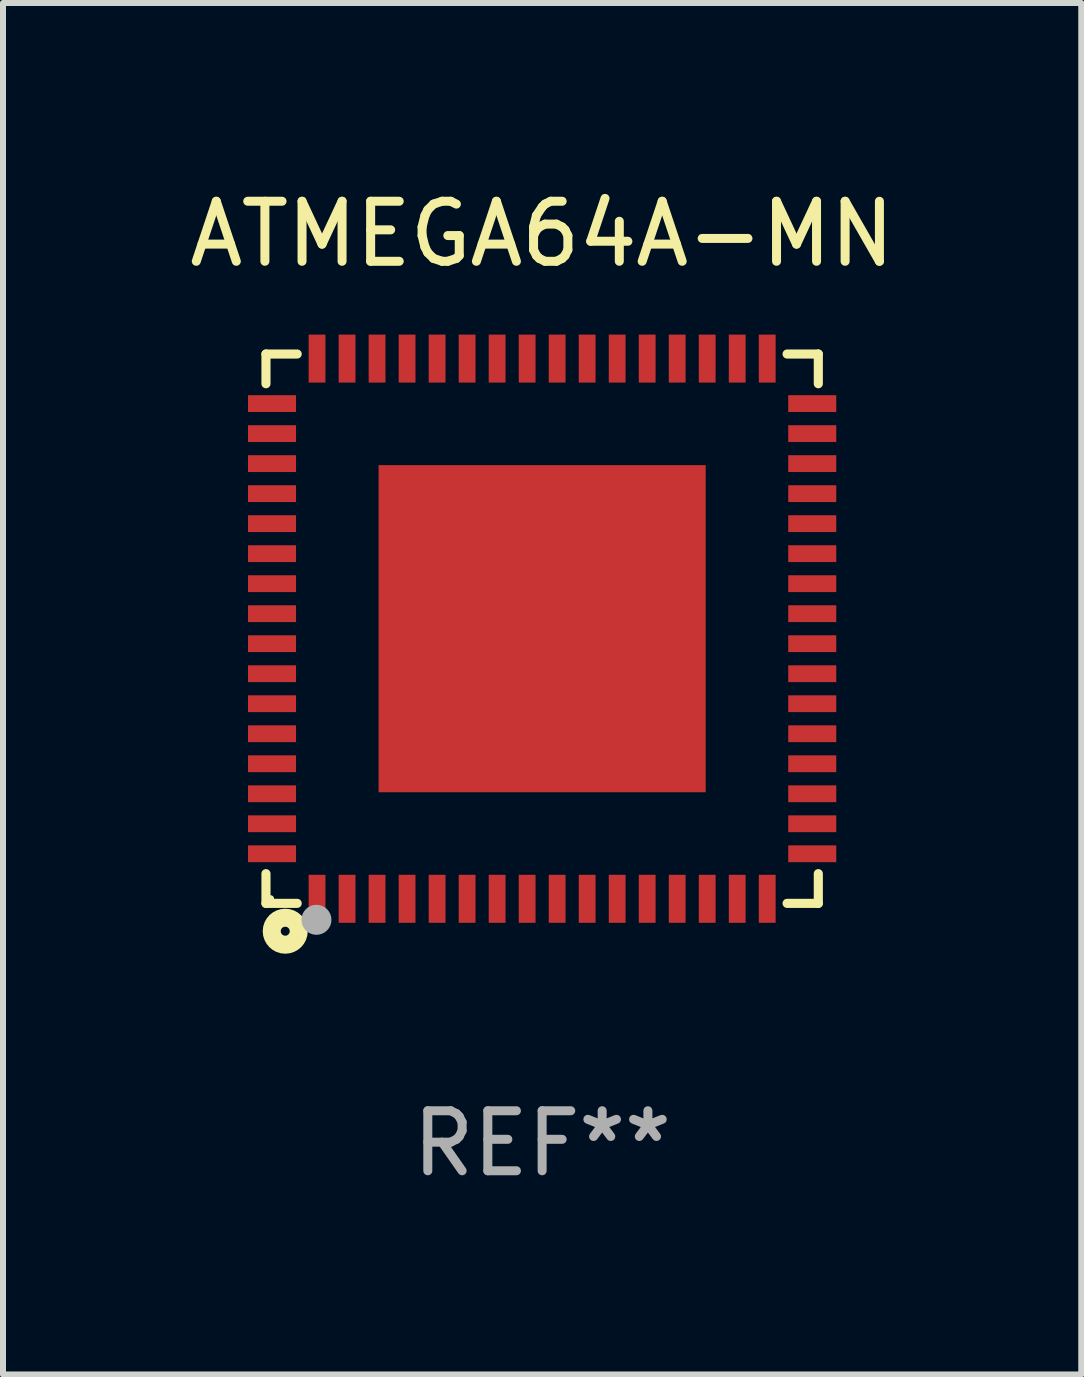
<source format=kicad_pcb>
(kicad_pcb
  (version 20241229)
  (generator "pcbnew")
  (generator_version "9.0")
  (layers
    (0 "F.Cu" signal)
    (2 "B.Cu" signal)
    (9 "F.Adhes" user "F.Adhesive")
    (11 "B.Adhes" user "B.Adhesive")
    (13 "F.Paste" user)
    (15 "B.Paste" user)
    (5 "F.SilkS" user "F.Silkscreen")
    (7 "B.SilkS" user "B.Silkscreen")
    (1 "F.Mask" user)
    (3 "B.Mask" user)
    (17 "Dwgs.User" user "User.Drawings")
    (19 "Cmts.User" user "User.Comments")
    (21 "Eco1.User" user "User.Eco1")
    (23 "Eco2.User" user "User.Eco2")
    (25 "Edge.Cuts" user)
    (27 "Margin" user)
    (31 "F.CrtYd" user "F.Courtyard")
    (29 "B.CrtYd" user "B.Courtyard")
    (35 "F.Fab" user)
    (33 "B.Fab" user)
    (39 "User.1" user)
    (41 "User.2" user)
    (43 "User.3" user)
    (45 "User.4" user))
  (footprint "ATMEGA64A-MN"
    (layer "F.Cu")
    (at 5.982 7.424)
    (property "Reference" "ATMEGA64A-MN" (at 0 -6.576 0) (layer "F.SilkS") (effects (font (size 1 1) (thickness 0.15))))
    (attr through_hole)
    (fp_line (start -4.601 -4.576) (end -4.081 -4.576) (stroke (width 0.152) (type solid)) (layer "F.SilkS"))
    (fp_line (start -4.601 -4.081) (end -4.601 -4.576) (stroke (width 0.152) (type solid)) (layer "F.SilkS"))
    (fp_line (start -4.601 4.081) (end -4.601 4.576) (stroke (width 0.152) (type solid)) (layer "F.SilkS"))
    (fp_line (start -4.601 4.576) (end -4.081 4.576) (stroke (width 0.152) (type solid)) (layer "F.SilkS"))
    (fp_line (start 4.601 -4.576) (end 4.081 -4.576) (stroke (width 0.152) (type solid)) (layer "F.SilkS"))
    (fp_line (start 4.601 -4.081) (end 4.601 -4.576) (stroke (width 0.152) (type solid)) (layer "F.SilkS"))
    (fp_line (start 4.601 4.081) (end 4.601 4.576) (stroke (width 0.152) (type solid)) (layer "F.SilkS"))
    (fp_line (start 4.601 4.576) (end 4.081 4.576) (stroke (width 0.152) (type solid)) (layer "F.SilkS"))
    (fp_circle (center -4.525 4.5) (end -4.495 4.5) (stroke (width 0.06) (type solid)) (fill no) (layer "F.SilkS"))
    (fp_circle (center -4.28 5.04) (end -4.205 5.04) (stroke (width 0.3) (type solid)) (fill no) (layer "F.SilkS"))
    (fp_circle (center -3.76 4.85) (end -3.635 4.85) (stroke (width 0.25) (type solid)) (fill no) (layer "F.Fab"))
    (fp_text user "REF**" (at 0 8.576 0) (layer "F.Fab") (effects (font (size 1 1) (thickness 0.15))))
    (pad "1" smd rect (at -3.75 4.5) (size 0.28 0.8) (layers "F.Cu" "F.Mask" "F.Paste"))
    (pad "2" smd rect (at -3.25 4.5) (size 0.28 0.8) (layers "F.Cu" "F.Mask" "F.Paste"))
    (pad "3" smd rect (at -2.75 4.5) (size 0.28 0.8) (layers "F.Cu" "F.Mask" "F.Paste"))
    (pad "4" smd rect (at -2.25 4.5) (size 0.28 0.8) (layers "F.Cu" "F.Mask" "F.Paste"))
    (pad "5" smd rect (at -1.75 4.5) (size 0.28 0.8) (layers "F.Cu" "F.Mask" "F.Paste"))
    (pad "6" smd rect (at -1.25 4.5) (size 0.28 0.8) (layers "F.Cu" "F.Mask" "F.Paste"))
    (pad "7" smd rect (at -0.75 4.5) (size 0.28 0.8) (layers "F.Cu" "F.Mask" "F.Paste"))
    (pad "8" smd rect (at -0.25 4.5) (size 0.28 0.8) (layers "F.Cu" "F.Mask" "F.Paste"))
    (pad "9" smd rect (at 0.25 4.5) (size 0.28 0.8) (layers "F.Cu" "F.Mask" "F.Paste"))
    (pad "10" smd rect (at 0.75 4.5) (size 0.28 0.8) (layers "F.Cu" "F.Mask" "F.Paste"))
    (pad "11" smd rect (at 1.25 4.5) (size 0.28 0.8) (layers "F.Cu" "F.Mask" "F.Paste"))
    (pad "12" smd rect (at 1.75 4.5) (size 0.28 0.8) (layers "F.Cu" "F.Mask" "F.Paste"))
    (pad "13" smd rect (at 2.25 4.5) (size 0.28 0.8) (layers "F.Cu" "F.Mask" "F.Paste"))
    (pad "14" smd rect (at 2.75 4.5) (size 0.28 0.8) (layers "F.Cu" "F.Mask" "F.Paste"))
    (pad "15" smd rect (at 3.25 4.5) (size 0.28 0.8) (layers "F.Cu" "F.Mask" "F.Paste"))
    (pad "16" smd rect (at 3.75 4.5) (size 0.28 0.8) (layers "F.Cu" "F.Mask" "F.Paste"))
    (pad "17" smd rect (at 4.5 3.75) (size 0.8 0.28) (layers "F.Cu" "F.Mask" "F.Paste"))
    (pad "18" smd rect (at 4.5 3.25) (size 0.8 0.28) (layers "F.Cu" "F.Mask" "F.Paste"))
    (pad "19" smd rect (at 4.5 2.75) (size 0.8 0.28) (layers "F.Cu" "F.Mask" "F.Paste"))
    (pad "20" smd rect (at 4.5 2.25) (size 0.8 0.28) (layers "F.Cu" "F.Mask" "F.Paste"))
    (pad "21" smd rect (at 4.5 1.75) (size 0.8 0.28) (layers "F.Cu" "F.Mask" "F.Paste"))
    (pad "22" smd rect (at 4.5 1.25) (size 0.8 0.28) (layers "F.Cu" "F.Mask" "F.Paste"))
    (pad "23" smd rect (at 4.5 0.75) (size 0.8 0.28) (layers "F.Cu" "F.Mask" "F.Paste"))
    (pad "24" smd rect (at 4.5 0.25) (size 0.8 0.28) (layers "F.Cu" "F.Mask" "F.Paste"))
    (pad "25" smd rect (at 4.5 -0.25) (size 0.8 0.28) (layers "F.Cu" "F.Mask" "F.Paste"))
    (pad "26" smd rect (at 4.5 -0.75) (size 0.8 0.28) (layers "F.Cu" "F.Mask" "F.Paste"))
    (pad "27" smd rect (at 4.5 -1.25) (size 0.8 0.28) (layers "F.Cu" "F.Mask" "F.Paste"))
    (pad "28" smd rect (at 4.5 -1.75) (size 0.8 0.28) (layers "F.Cu" "F.Mask" "F.Paste"))
    (pad "29" smd rect (at 4.5 -2.25) (size 0.8 0.28) (layers "F.Cu" "F.Mask" "F.Paste"))
    (pad "30" smd rect (at 4.5 -2.75) (size 0.8 0.28) (layers "F.Cu" "F.Mask" "F.Paste"))
    (pad "31" smd rect (at 4.5 -3.25) (size 0.8 0.28) (layers "F.Cu" "F.Mask" "F.Paste"))
    (pad "32" smd rect (at 4.5 -3.75) (size 0.8 0.28) (layers "F.Cu" "F.Mask" "F.Paste"))
    (pad "33" smd rect (at 3.75 -4.5) (size 0.28 0.8) (layers "F.Cu" "F.Mask" "F.Paste"))
    (pad "34" smd rect (at 3.25 -4.5) (size 0.28 0.8) (layers "F.Cu" "F.Mask" "F.Paste"))
    (pad "35" smd rect (at 2.75 -4.5) (size 0.28 0.8) (layers "F.Cu" "F.Mask" "F.Paste"))
    (pad "36" smd rect (at 2.25 -4.5) (size 0.28 0.8) (layers "F.Cu" "F.Mask" "F.Paste"))
    (pad "37" smd rect (at 1.75 -4.5) (size 0.28 0.8) (layers "F.Cu" "F.Mask" "F.Paste"))
    (pad "38" smd rect (at 1.25 -4.5) (size 0.28 0.8) (layers "F.Cu" "F.Mask" "F.Paste"))
    (pad "39" smd rect (at 0.75 -4.5) (size 0.28 0.8) (layers "F.Cu" "F.Mask" "F.Paste"))
    (pad "40" smd rect (at 0.25 -4.5) (size 0.28 0.8) (layers "F.Cu" "F.Mask" "F.Paste"))
    (pad "41" smd rect (at -0.25 -4.5) (size 0.28 0.8) (layers "F.Cu" "F.Mask" "F.Paste"))
    (pad "42" smd rect (at -0.75 -4.5) (size 0.28 0.8) (layers "F.Cu" "F.Mask" "F.Paste"))
    (pad "43" smd rect (at -1.25 -4.5) (size 0.28 0.8) (layers "F.Cu" "F.Mask" "F.Paste"))
    (pad "44" smd rect (at -1.75 -4.5) (size 0.28 0.8) (layers "F.Cu" "F.Mask" "F.Paste"))
    (pad "45" smd rect (at -2.25 -4.5) (size 0.28 0.8) (layers "F.Cu" "F.Mask" "F.Paste"))
    (pad "46" smd rect (at -2.75 -4.5) (size 0.28 0.8) (layers "F.Cu" "F.Mask" "F.Paste"))
    (pad "47" smd rect (at -3.25 -4.5) (size 0.28 0.8) (layers "F.Cu" "F.Mask" "F.Paste"))
    (pad "48" smd rect (at -3.75 -4.5) (size 0.28 0.8) (layers "F.Cu" "F.Mask" "F.Paste"))
    (pad "49" smd rect (at -4.5 -3.75) (size 0.8 0.28) (layers "F.Cu" "F.Mask" "F.Paste"))
    (pad "50" smd rect (at -4.5 -3.25) (size 0.8 0.28) (layers "F.Cu" "F.Mask" "F.Paste"))
    (pad "51" smd rect (at -4.5 -2.75) (size 0.8 0.28) (layers "F.Cu" "F.Mask" "F.Paste"))
    (pad "52" smd rect (at -4.5 -2.25) (size 0.8 0.28) (layers "F.Cu" "F.Mask" "F.Paste"))
    (pad "53" smd rect (at -4.5 -1.75) (size 0.8 0.28) (layers "F.Cu" "F.Mask" "F.Paste"))
    (pad "54" smd rect (at -4.5 -1.25) (size 0.8 0.28) (layers "F.Cu" "F.Mask" "F.Paste"))
    (pad "55" smd rect (at -4.5 -0.75) (size 0.8 0.28) (layers "F.Cu" "F.Mask" "F.Paste"))
    (pad "56" smd rect (at -4.5 -0.25) (size 0.8 0.28) (layers "F.Cu" "F.Mask" "F.Paste"))
    (pad "57" smd rect (at -4.5 0.25) (size 0.8 0.28) (layers "F.Cu" "F.Mask" "F.Paste"))
    (pad "58" smd rect (at -4.5 0.75) (size 0.8 0.28) (layers "F.Cu" "F.Mask" "F.Paste"))
    (pad "59" smd rect (at -4.5 1.25) (size 0.8 0.28) (layers "F.Cu" "F.Mask" "F.Paste"))
    (pad "60" smd rect (at -4.5 1.75) (size 0.8 0.28) (layers "F.Cu" "F.Mask" "F.Paste"))
    (pad "61" smd rect (at -4.5 2.25) (size 0.8 0.28) (layers "F.Cu" "F.Mask" "F.Paste"))
    (pad "62" smd rect (at -4.5 2.75) (size 0.8 0.28) (layers "F.Cu" "F.Mask" "F.Paste"))
    (pad "63" smd rect (at -4.5 3.25) (size 0.8 0.28) (layers "F.Cu" "F.Mask" "F.Paste"))
    (pad "64" smd rect (at -4.5 3.75) (size 0.8 0.28) (layers "F.Cu" "F.Mask" "F.Paste"))
    (pad "65" smd rect (at 0 0) (size 5.45 5.45) (layers "F.Cu" "F.Mask" "F.Paste")))
  (gr_rect
    (start -3 -3)
    (end 14.964 19.849)
    (stroke (width 0.1) (type default))
    (fill no)
    (layer "Edge.Cuts")))
</source>
